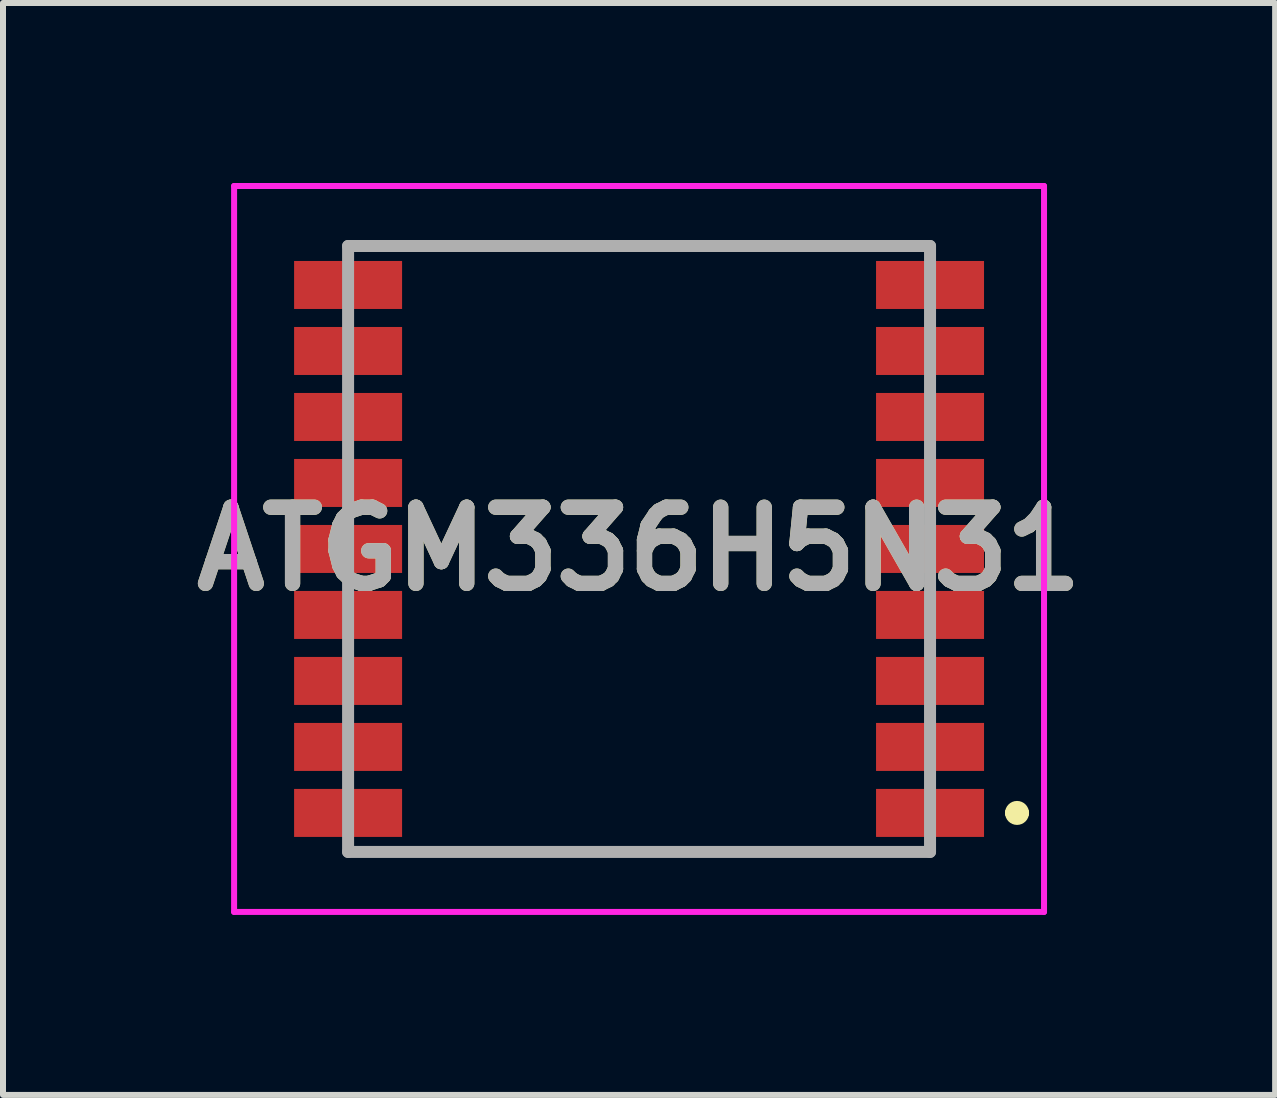
<source format=kicad_pcb>
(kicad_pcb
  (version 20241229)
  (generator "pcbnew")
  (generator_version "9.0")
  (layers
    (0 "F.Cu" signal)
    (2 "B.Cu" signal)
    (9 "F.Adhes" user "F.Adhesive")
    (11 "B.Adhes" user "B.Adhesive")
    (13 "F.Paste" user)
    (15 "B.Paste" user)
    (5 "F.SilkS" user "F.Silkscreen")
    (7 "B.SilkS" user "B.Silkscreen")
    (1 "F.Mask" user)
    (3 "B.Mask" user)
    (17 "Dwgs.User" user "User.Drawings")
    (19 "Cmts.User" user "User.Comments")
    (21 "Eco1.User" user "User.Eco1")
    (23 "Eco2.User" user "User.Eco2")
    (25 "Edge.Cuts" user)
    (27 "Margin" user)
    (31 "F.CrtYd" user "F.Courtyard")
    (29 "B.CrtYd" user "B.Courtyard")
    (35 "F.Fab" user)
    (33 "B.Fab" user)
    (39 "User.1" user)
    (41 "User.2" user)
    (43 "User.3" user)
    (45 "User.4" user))
  (footprint "ATGM336H5N31"
    (layer "F.Cu")
    (at 7.602 6.1)
    (property "Reference" "ATGM336H5N31" (at 0 0 0) (layer "F.SilkS") (effects (font (size 1.27 1.27) (thickness 0.254))))
    (attr smd)
    (fp_line (start 6.2 4.4) (end 6.2 4.4) (stroke (width 0.2) (type solid)) (layer "F.SilkS"))
    (fp_line (start 6.4 4.4) (end 6.4 4.4) (stroke (width 0.2) (type solid)) (layer "F.SilkS"))
    (fp_arc (start 6.2 4.4) (mid 6.3 4.3) (end 6.4 4.4) (stroke (width 0.2) (type solid)) (layer "F.SilkS"))
    (fp_arc (start 6.4 4.4) (mid 6.3 4.5) (end 6.2 4.4) (stroke (width 0.2) (type solid)) (layer "F.SilkS"))
    (fp_line (start -6.75 -6.05) (end 6.75 -6.05) (stroke (width 0.1) (type solid)) (layer "F.CrtYd"))
    (fp_line (start -6.75 6.05) (end -6.75 -6.05) (stroke (width 0.1) (type solid)) (layer "F.CrtYd"))
    (fp_line (start 6.75 -6.05) (end 6.75 6.05) (stroke (width 0.1) (type solid)) (layer "F.CrtYd"))
    (fp_line (start 6.75 6.05) (end -6.75 6.05) (stroke (width 0.1) (type solid)) (layer "F.CrtYd"))
    (fp_line (start -4.85 -5.05) (end 4.85 -5.05) (stroke (width 0.2) (type solid)) (layer "F.Fab"))
    (fp_line (start -4.85 5.05) (end -4.85 -5.05) (stroke (width 0.2) (type solid)) (layer "F.Fab"))
    (fp_line (start 4.85 -5.05) (end 4.85 5.05) (stroke (width 0.2) (type solid)) (layer "F.Fab"))
    (fp_line (start 4.85 5.05) (end -4.85 5.05) (stroke (width 0.2) (type solid)) (layer "F.Fab"))
    (fp_text user "${REFERENCE}" (at 0 0 0) (layer "F.Fab") (effects (font (size 1.27 1.27) (thickness 0.254))))
    (pad "1" smd rect (at 4.85 4.4 90) (size 0.8 1.8) (layers "F.Cu" "F.Mask" "F.Paste"))
    (pad "2" smd rect (at 4.85 3.3 90) (size 0.8 1.8) (layers "F.Cu" "F.Mask" "F.Paste"))
    (pad "3" smd rect (at 4.85 2.2 90) (size 0.8 1.8) (layers "F.Cu" "F.Mask" "F.Paste"))
    (pad "4" smd rect (at 4.85 1.1 90) (size 0.8 1.8) (layers "F.Cu" "F.Mask" "F.Paste"))
    (pad "5" smd rect (at 4.85 0 90) (size 0.8 1.8) (layers "F.Cu" "F.Mask" "F.Paste"))
    (pad "6" smd rect (at 4.85 -1.1 90) (size 0.8 1.8) (layers "F.Cu" "F.Mask" "F.Paste"))
    (pad "7" smd rect (at 4.85 -2.2 90) (size 0.8 1.8) (layers "F.Cu" "F.Mask" "F.Paste"))
    (pad "8" smd rect (at 4.85 -3.3 90) (size 0.8 1.8) (layers "F.Cu" "F.Mask" "F.Paste"))
    (pad "9" smd rect (at 4.85 -4.4 90) (size 0.8 1.8) (layers "F.Cu" "F.Mask" "F.Paste"))
    (pad "10" smd rect (at -4.85 -4.4 90) (size 0.8 1.8) (layers "F.Cu" "F.Mask" "F.Paste"))
    (pad "11" smd rect (at -4.85 -3.3 90) (size 0.8 1.8) (layers "F.Cu" "F.Mask" "F.Paste"))
    (pad "12" smd rect (at -4.85 -2.2 90) (size 0.8 1.8) (layers "F.Cu" "F.Mask" "F.Paste"))
    (pad "13" smd rect (at -4.85 -1.1 90) (size 0.8 1.8) (layers "F.Cu" "F.Mask" "F.Paste"))
    (pad "14" smd rect (at -4.85 0 90) (size 0.8 1.8) (layers "F.Cu" "F.Mask" "F.Paste"))
    (pad "15" smd rect (at -4.85 1.1 90) (size 0.8 1.8) (layers "F.Cu" "F.Mask" "F.Paste"))
    (pad "16" smd rect (at -4.85 2.2 90) (size 0.8 1.8) (layers "F.Cu" "F.Mask" "F.Paste"))
    (pad "17" smd rect (at -4.85 3.3 90) (size 0.8 1.8) (layers "F.Cu" "F.Mask" "F.Paste"))
    (pad "18" smd rect (at -4.85 4.4 90) (size 0.8 1.8) (layers "F.Cu" "F.Mask" "F.Paste")))
  (gr_rect
    (start -3 -3)
    (end 18.204 15.2)
    (stroke (width 0.1) (type default))
    (fill no)
    (layer "Edge.Cuts")))
</source>
